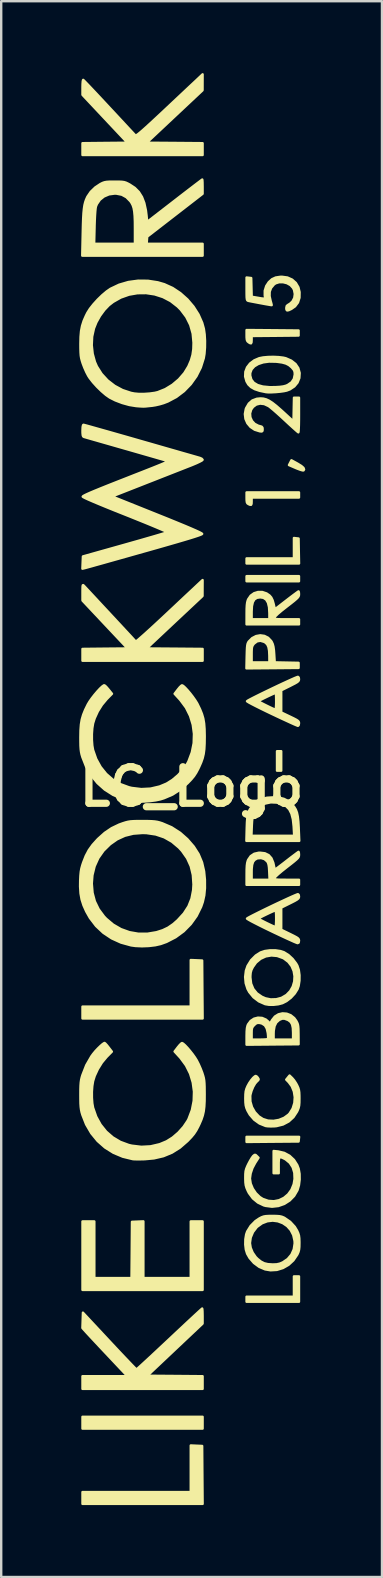
<source format=kicad_pcb>
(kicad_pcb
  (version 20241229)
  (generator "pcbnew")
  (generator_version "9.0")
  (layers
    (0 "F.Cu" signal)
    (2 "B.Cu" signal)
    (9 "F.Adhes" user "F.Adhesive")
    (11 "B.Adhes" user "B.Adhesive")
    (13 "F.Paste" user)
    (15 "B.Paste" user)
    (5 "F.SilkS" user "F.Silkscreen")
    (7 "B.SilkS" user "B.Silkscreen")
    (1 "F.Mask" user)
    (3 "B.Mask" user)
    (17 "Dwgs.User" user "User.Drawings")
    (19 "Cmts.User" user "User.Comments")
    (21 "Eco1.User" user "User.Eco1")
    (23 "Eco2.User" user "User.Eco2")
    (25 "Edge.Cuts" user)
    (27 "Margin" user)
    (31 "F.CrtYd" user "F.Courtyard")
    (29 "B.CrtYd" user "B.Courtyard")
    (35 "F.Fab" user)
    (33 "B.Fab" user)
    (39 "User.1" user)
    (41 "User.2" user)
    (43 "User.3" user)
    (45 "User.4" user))
  (footprint "LC_Logo"
    (layer "F.Cu")
    (at 4.942 29.768)
    (property "Reference" "LC_Logo" (at 0 0 0) (layer "F.SilkS") (effects (font (size 1.524 1.524) (thickness 0.3))))
    (attr through_hole)
    (fp_poly (pts (xy 0.459 26.776) (xy -2.046 26.776) (xy -4.551 26.776) (xy -4.551 26.529) (xy -4.551 26.282) (xy -2.046 26.282) (xy 0.459 26.282) (xy 0.459 26.529) (xy 0.459 26.776)) (stroke (width 0.1) (type solid)) (fill yes) (layer "F.SilkS"))
    (fp_poly (pts (xy 3.739 -0.67) (xy 3.651 -0.67) (xy 3.563 -0.67) (xy 3.563 -1.076) (xy 3.563 -1.482) (xy 3.651 -1.482) (xy 3.739 -1.482) (xy 3.739 -1.076) (xy 3.739 -0.67)) (stroke (width 0.1) (type solid)) (fill yes) (layer "F.SilkS"))
    (fp_poly (pts (xy 4.48 -8.572) (xy 3.387 -8.572) (xy 2.293 -8.572) (xy 2.293 -8.678) (xy 2.293 -8.784) (xy 3.387 -8.784) (xy 4.48 -8.784) (xy 4.48 -8.678) (xy 4.48 -8.572)) (stroke (width 0.1) (type solid)) (fill yes) (layer "F.SilkS"))
    (fp_poly (pts (xy 4.485 14.605) (xy 4.474 14.702) (xy 4.463 14.799) (xy 3.378 14.808) (xy 2.293 14.818) (xy 2.293 14.711) (xy 2.293 14.605) (xy 3.389 14.605) (xy 4.485 14.605)) (stroke (width 0.1) (type solid)) (fill yes) (layer "F.SilkS"))
    (fp_poly (pts (xy 0.46 9.666) (xy -2.046 9.666) (xy -4.551 9.666) (xy -4.551 9.419) (xy -4.551 9.172) (xy -2.293 9.172) (xy -0.035 9.172) (xy -0.035 8.2) (xy -0.035 7.229) (xy 0.203 7.239) (xy 0.441 7.25) (xy 0.45 8.458) (xy 0.46 9.666)) (stroke (width 0.1) (type solid)) (fill yes) (layer "F.SilkS"))
    (fp_poly (pts (xy 0.46 29.916) (xy -2.046 29.916) (xy -4.551 29.916) (xy -4.551 29.669) (xy -4.551 29.422) (xy -2.293 29.422) (xy -0.035 29.422) (xy -0.035 28.45) (xy -0.035 27.478) (xy 0.203 27.489) (xy 0.441 27.499) (xy 0.45 28.707) (xy 0.46 29.916)) (stroke (width 0.1) (type solid)) (fill yes) (layer "F.SilkS"))
    (fp_poly (pts (xy 4.48 21.484) (xy 3.387 21.484) (xy 2.293 21.484) (xy 2.293 21.378) (xy 2.293 21.273) (xy 3.281 21.273) (xy 4.269 21.273) (xy 4.269 20.849) (xy 4.269 20.426) (xy 4.374 20.426) (xy 4.48 20.426) (xy 4.48 20.955) (xy 4.48 21.484)) (stroke (width 0.1) (type solid)) (fill yes) (layer "F.SilkS"))
    (fp_poly (pts (xy 4.482 -9.313) (xy 3.388 -9.313) (xy 2.293 -9.313) (xy 2.293 -9.419) (xy 2.293 -9.525) (xy 3.281 -9.525) (xy 4.269 -9.525) (xy 4.269 -9.951) (xy 4.269 -10.376) (xy 4.366 -10.365) (xy 4.463 -10.354) (xy 4.472 -9.834) (xy 4.482 -9.313)) (stroke (width 0.1) (type solid)) (fill yes) (layer "F.SilkS"))
    (fp_poly (pts (xy 4.692 -13.235) (xy 4.669 -13.196) (xy 4.625 -13.197) (xy 4.534 -13.223) (xy 4.411 -13.269) (xy 4.35 -13.294) (xy 4.062 -13.418) (xy 4.113 -13.518) (xy 4.165 -13.618) (xy 4.42 -13.478) (xy 4.577 -13.381) (xy 4.668 -13.301) (xy 4.692 -13.235)) (stroke (width 0.1) (type solid)) (fill yes) (layer "F.SilkS"))
    (fp_poly (pts (xy 4.463 -18.821) (xy 3.484 -18.811) (xy 2.505 -18.802) (xy 2.505 -18.644) (xy 2.5 -18.539) (xy 2.479 -18.496) (xy 2.43 -18.507) (xy 2.372 -18.545) (xy 2.328 -18.585) (xy 2.304 -18.643) (xy 2.294 -18.738) (xy 2.293 -18.826) (xy 2.293 -19.051) (xy 3.378 -19.042) (xy 4.463 -19.032) (xy 4.463 -18.927) (xy 4.463 -18.821)) (stroke (width 0.1) (type solid)) (fill yes) (layer "F.SilkS"))
    (fp_poly (pts (xy 4.48 -12.065) (xy 3.493 -12.065) (xy 2.505 -12.065) (xy 2.505 -11.906) (xy 2.501 -11.803) (xy 2.481 -11.76) (xy 2.432 -11.764) (xy 2.372 -11.791) (xy 2.329 -11.82) (xy 2.305 -11.867) (xy 2.295 -11.952) (xy 2.293 -12.053) (xy 2.293 -12.277) (xy 3.387 -12.277) (xy 4.48 -12.277) (xy 4.48 -12.171) (xy 4.48 -12.065)) (stroke (width 0.1) (type solid)) (fill yes) (layer "F.SilkS"))
    (fp_poly (pts (xy 0.459 20.99) (xy -2.046 20.99) (xy -4.551 20.99) (xy -4.551 19.562) (xy -4.551 18.133) (xy -4.304 18.133) (xy -4.057 18.133) (xy -4.057 19.315) (xy -4.057 20.496) (xy -3.281 20.496) (xy -2.506 20.496) (xy -2.496 19.323) (xy -2.487 18.15) (xy -2.249 18.14) (xy -2.011 18.13) (xy -2.011 19.313) (xy -2.011 20.496) (xy -1.023 20.496) (xy -0.035 20.496) (xy -0.035 19.315) (xy -0.035 18.133) (xy 0.212 18.133) (xy 0.459 18.133) (xy 0.459 19.562) (xy 0.459 20.99)) (stroke (width 0.1) (type solid)) (fill yes) (layer "F.SilkS"))
    (fp_poly (pts (xy 4.463 -4.957) (xy 3.375 -4.947) (xy 3.246 -4.946) (xy 3.246 -5.186) (xy 3.244 -5.459) (xy 3.234 -5.672) (xy 3.206 -5.827) (xy 3.156 -5.937) (xy 3.079 -6.013) (xy 3.025 -6.044) (xy 2.871 -6.089) (xy 2.731 -6.065) (xy 2.608 -5.972) (xy 2.594 -5.957) (xy 2.552 -5.9) (xy 2.525 -5.842) (xy 2.511 -5.763) (xy 2.506 -5.645) (xy 2.505 -5.518) (xy 2.505 -5.186) (xy 2.875 -5.186) (xy 3.246 -5.186) (xy 3.246 -4.946) (xy 2.288 -4.938) (xy 2.299 -5.447) (xy 2.305 -5.652) (xy 2.312 -5.799) (xy 2.323 -5.901) (xy 2.339 -5.972) (xy 2.363 -6.024) (xy 2.384 -6.057) (xy 2.526 -6.199) (xy 2.691 -6.285) (xy 2.865 -6.316) (xy 3.037 -6.292) (xy 3.192 -6.214) (xy 3.319 -6.081) (xy 3.344 -6.04) (xy 3.386 -5.948) (xy 3.415 -5.837) (xy 3.435 -5.69) (xy 3.446 -5.542) (xy 3.468 -5.188) (xy 3.965 -5.178) (xy 4.463 -5.168) (xy 4.463 -5.062) (xy 4.463 -4.957)) (stroke (width 0.1) (type solid)) (fill yes) (layer "F.SilkS"))
    (fp_poly (pts (xy 4.491 2.258) (xy 4.279 2.258) (xy 4.279 2.046) (xy 4.257 1.65) (xy 4.225 1.356) (xy 4.164 1.121) (xy 4.071 0.94) (xy 3.939 0.807) (xy 3.766 0.716) (xy 3.557 0.662) (xy 3.305 0.651) (xy 3.069 0.701) (xy 2.862 0.809) (xy 2.692 0.969) (xy 2.602 1.108) (xy 2.566 1.194) (xy 2.541 1.297) (xy 2.524 1.434) (xy 2.513 1.623) (xy 2.512 1.649) (xy 2.496 2.046) (xy 3.388 2.046) (xy 4.279 2.046) (xy 4.279 2.258) (xy 3.388 2.258) (xy 2.286 2.258) (xy 2.3 1.72) (xy 2.309 1.476) (xy 2.324 1.288) (xy 2.347 1.144) (xy 2.385 1.029) (xy 2.439 0.928) (xy 2.515 0.83) (xy 2.573 0.765) (xy 2.741 0.614) (xy 2.927 0.514) (xy 3.145 0.459) (xy 3.404 0.443) (xy 3.65 0.457) (xy 3.848 0.504) (xy 4.016 0.589) (xy 4.172 0.719) (xy 4.192 0.739) (xy 4.28 0.842) (xy 4.347 0.952) (xy 4.396 1.083) (xy 4.43 1.246) (xy 4.453 1.455) (xy 4.469 1.721) (xy 4.469 1.737) (xy 4.491 2.258)) (stroke (width 0.1) (type solid)) (fill yes) (layer "F.SilkS"))
    (fp_poly (pts (xy 0.459 25.118) (xy -2.046 25.118) (xy -4.551 25.118) (xy -4.551 24.853) (xy -4.551 24.589) (xy -3.613 24.589) (xy -2.676 24.589) (xy -3.428 23.79) (xy -3.625 23.581) (xy -3.815 23.379) (xy -3.99 23.192) (xy -4.143 23.028) (xy -4.266 22.896) (xy -4.35 22.805) (xy -4.367 22.787) (xy -4.554 22.581) (xy -4.543 22.259) (xy -4.533 21.938) (xy -3.428 23.122) (xy -3.202 23.364) (xy -2.991 23.589) (xy -2.798 23.793) (xy -2.63 23.969) (xy -2.492 24.114) (xy -2.387 24.222) (xy -2.321 24.287) (xy -2.299 24.306) (xy -2.27 24.283) (xy -2.194 24.215) (xy -2.076 24.108) (xy -1.922 23.966) (xy -1.736 23.794) (xy -1.522 23.595) (xy -1.287 23.375) (xy -1.034 23.138) (xy -0.925 23.036) (xy -0.667 22.793) (xy -0.424 22.566) (xy -0.202 22.358) (xy -0.004 22.174) (xy 0.163 22.019) (xy 0.295 21.897) (xy 0.388 21.813) (xy 0.436 21.771) (xy 0.442 21.766) (xy 0.449 21.799) (xy 0.455 21.886) (xy 0.458 22.013) (xy 0.459 22.081) (xy 0.459 22.395) (xy -0.694 23.483) (xy -1.846 24.571) (xy -0.694 24.58) (xy 0.459 24.59) (xy 0.459 24.854) (xy 0.459 25.118)) (stroke (width 0.1) (type solid)) (fill yes) (layer "F.SilkS"))
    (fp_poly (pts (xy 0.459 -26.352) (xy -2.046 -26.352) (xy -4.551 -26.352) (xy -4.551 -26.599) (xy -4.551 -26.845) (xy -3.613 -26.855) (xy -2.675 -26.864) (xy -3.613 -27.862) (xy -4.551 -28.861) (xy -4.551 -29.179) (xy -4.548 -29.318) (xy -4.54 -29.423) (xy -4.528 -29.48) (xy -4.521 -29.486) (xy -4.491 -29.459) (xy -4.419 -29.385) (xy -4.308 -29.27) (xy -4.165 -29.119) (xy -3.994 -28.938) (xy -3.8 -28.731) (xy -3.589 -28.505) (xy -3.441 -28.346) (xy -3.219 -28.108) (xy -3.012 -27.885) (xy -2.823 -27.682) (xy -2.659 -27.505) (xy -2.524 -27.36) (xy -2.423 -27.252) (xy -2.362 -27.187) (xy -2.346 -27.17) (xy -2.328 -27.166) (xy -2.293 -27.182) (xy -2.237 -27.22) (xy -2.156 -27.285) (xy -2.046 -27.379) (xy -1.904 -27.506) (xy -1.725 -27.669) (xy -1.505 -27.873) (xy -1.241 -28.119) (xy -1.054 -28.295) (xy -0.801 -28.533) (xy -0.559 -28.76) (xy -0.335 -28.971) (xy -0.134 -29.16) (xy 0.039 -29.322) (xy 0.177 -29.451) (xy 0.274 -29.543) (xy 0.326 -29.592) (xy 0.459 -29.718) (xy 0.458 -29.385) (xy 0.457 -29.051) (xy -0.708 -27.958) (xy -1.873 -26.864) (xy -0.707 -26.855) (xy 0.459 -26.845) (xy 0.459 -26.599) (xy 0.459 -26.352)) (stroke (width 0.1) (type solid)) (fill yes) (layer "F.SilkS"))
    (fp_poly (pts (xy 0.459 -5.256) (xy -2.046 -5.256) (xy -4.551 -5.256) (xy -4.551 -5.503) (xy -4.551 -5.749) (xy -3.611 -5.759) (xy -2.671 -5.768) (xy -3.611 -6.767) (xy -4.551 -7.767) (xy -4.551 -8.107) (xy -4.55 -8.263) (xy -4.547 -8.358) (xy -4.538 -8.404) (xy -4.522 -8.41) (xy -4.495 -8.388) (xy -4.485 -8.377) (xy -4.445 -8.335) (xy -4.364 -8.248) (xy -4.249 -8.124) (xy -4.105 -7.97) (xy -3.939 -7.791) (xy -3.756 -7.594) (xy -3.562 -7.386) (xy -3.364 -7.173) (xy -3.167 -6.961) (xy -2.977 -6.757) (xy -2.801 -6.567) (xy -2.644 -6.398) (xy -2.512 -6.256) (xy -2.412 -6.147) (xy -2.349 -6.079) (xy -2.329 -6.057) (xy -2.299 -6.075) (xy -2.223 -6.137) (xy -2.106 -6.239) (xy -1.952 -6.375) (xy -1.767 -6.543) (xy -1.556 -6.736) (xy -1.323 -6.952) (xy -1.074 -7.184) (xy -1.02 -7.235) (xy -0.764 -7.475) (xy -0.522 -7.703) (xy -0.298 -7.913) (xy -0.097 -8.101) (xy 0.074 -8.261) (xy 0.21 -8.389) (xy 0.307 -8.48) (xy 0.358 -8.528) (xy 0.362 -8.531) (xy 0.459 -8.621) (xy 0.457 -8.288) (xy 0.456 -7.955) (xy -0.71 -6.862) (xy -1.875 -5.768) (xy -0.708 -5.759) (xy 0.459 -5.749) (xy 0.459 -5.503) (xy 0.459 -5.256)) (stroke (width 0.1) (type solid)) (fill yes) (layer "F.SilkS"))
    (fp_poly (pts (xy 4.48 -15.505) (xy 4.479 -15.287) (xy 4.476 -15.097) (xy 4.47 -14.942) (xy 4.464 -14.835) (xy 4.456 -14.785) (xy 4.454 -14.783) (xy 4.421 -14.807) (xy 4.346 -14.872) (xy 4.235 -14.971) (xy 4.097 -15.096) (xy 3.94 -15.242) (xy 3.898 -15.281) (xy 3.727 -15.439) (xy 3.563 -15.587) (xy 3.417 -15.715) (xy 3.298 -15.814) (xy 3.219 -15.875) (xy 3.212 -15.879) (xy 3.032 -15.963) (xy 2.857 -15.983) (xy 2.698 -15.943) (xy 2.564 -15.844) (xy 2.486 -15.733) (xy 2.439 -15.571) (xy 2.452 -15.408) (xy 2.52 -15.258) (xy 2.633 -15.137) (xy 2.786 -15.057) (xy 2.843 -15.043) (xy 2.925 -15.019) (xy 2.958 -14.975) (xy 2.963 -14.914) (xy 2.958 -14.844) (xy 2.928 -14.819) (xy 2.853 -14.825) (xy 2.842 -14.827) (xy 2.631 -14.893) (xy 2.457 -15.009) (xy 2.327 -15.164) (xy 2.247 -15.347) (xy 2.223 -15.548) (xy 2.261 -15.755) (xy 2.277 -15.796) (xy 2.387 -15.984) (xy 2.534 -16.113) (xy 2.72 -16.183) (xy 2.878 -16.198) (xy 2.996 -16.189) (xy 3.111 -16.159) (xy 3.232 -16.103) (xy 3.369 -16.015) (xy 3.53 -15.889) (xy 3.725 -15.719) (xy 3.828 -15.626) (xy 4.251 -15.237) (xy 4.261 -15.733) (xy 4.271 -16.228) (xy 4.375 -16.228) (xy 4.48 -16.228) (xy 4.48 -15.505)) (stroke (width 0.1) (type solid)) (fill yes) (layer "F.SilkS"))
    (fp_poly (pts (xy 4.501 7.86) (xy 4.499 8.089) (xy 4.467 8.303) (xy 4.42 8.441) (xy 4.305 8.625) (xy 4.294 8.637) (xy 4.294 7.903) (xy 4.258 7.687) (xy 4.172 7.484) (xy 4.036 7.307) (xy 3.851 7.166) (xy 3.814 7.146) (xy 3.572 7.059) (xy 3.328 7.037) (xy 3.092 7.078) (xy 2.876 7.178) (xy 2.69 7.333) (xy 2.556 7.521) (xy 2.496 7.642) (xy 2.465 7.752) (xy 2.453 7.884) (xy 2.452 7.955) (xy 2.483 8.213) (xy 2.575 8.435) (xy 2.725 8.619) (xy 2.932 8.762) (xy 3.081 8.827) (xy 3.3 8.872) (xy 3.535 8.864) (xy 3.753 8.806) (xy 3.957 8.686) (xy 4.113 8.525) (xy 4.221 8.334) (xy 4.282 8.123) (xy 4.294 7.903) (xy 4.294 8.637) (xy 4.144 8.8) (xy 3.958 8.943) (xy 3.791 9.028) (xy 3.617 9.074) (xy 3.417 9.097) (xy 3.222 9.095) (xy 3.069 9.069) (xy 2.807 8.953) (xy 2.582 8.782) (xy 2.404 8.564) (xy 2.333 8.434) (xy 2.257 8.196) (xy 2.234 7.935) (xy 2.265 7.676) (xy 2.334 7.474) (xy 2.481 7.236) (xy 2.678 7.039) (xy 2.878 6.912) (xy 3.055 6.853) (xy 3.271 6.824) (xy 3.498 6.824) (xy 3.71 6.856) (xy 3.852 6.903) (xy 4.038 7.018) (xy 4.214 7.181) (xy 4.359 7.37) (xy 4.412 7.462) (xy 4.472 7.643) (xy 4.501 7.86)) (stroke (width 0.1) (type solid)) (fill yes) (layer "F.SilkS"))
    (fp_poly (pts (xy 4.48 -6.773) (xy 3.387 -6.773) (xy 3.246 -6.773) (xy 3.246 -6.985) (xy 3.245 -7.241) (xy 3.231 -7.49) (xy 3.186 -7.677) (xy 3.109 -7.806) (xy 2.999 -7.88) (xy 2.862 -7.901) (xy 2.724 -7.881) (xy 2.623 -7.816) (xy 2.555 -7.702) (xy 2.517 -7.533) (xy 2.505 -7.305) (xy 2.505 -6.985) (xy 2.875 -6.985) (xy 3.246 -6.985) (xy 3.246 -6.773) (xy 2.293 -6.773) (xy 2.294 -7.223) (xy 2.296 -7.427) (xy 2.304 -7.575) (xy 2.318 -7.685) (xy 2.341 -7.771) (xy 2.361 -7.82) (xy 2.465 -7.971) (xy 2.608 -8.073) (xy 2.775 -8.124) (xy 2.953 -8.122) (xy 3.128 -8.063) (xy 3.251 -7.978) (xy 3.324 -7.894) (xy 3.379 -7.78) (xy 3.419 -7.642) (xy 3.477 -7.403) (xy 3.959 -7.776) (xy 4.118 -7.898) (xy 4.257 -8.003) (xy 4.367 -8.084) (xy 4.438 -8.135) (xy 4.461 -8.149) (xy 4.474 -8.118) (xy 4.48 -8.042) (xy 4.48 -8.028) (xy 4.477 -7.983) (xy 4.463 -7.941) (xy 4.43 -7.894) (xy 4.37 -7.834) (xy 4.277 -7.754) (xy 4.142 -7.647) (xy 3.969 -7.513) (xy 3.754 -7.344) (xy 3.597 -7.211) (xy 3.499 -7.116) (xy 3.458 -7.058) (xy 3.457 -7.052) (xy 3.462 -7.026) (xy 3.482 -7.007) (xy 3.529 -6.996) (xy 3.613 -6.989) (xy 3.745 -6.986) (xy 3.935 -6.985) (xy 3.969 -6.985) (xy 4.48 -6.985) (xy 4.48 -6.879) (xy 4.48 -6.773)) (stroke (width 0.1) (type solid)) (fill yes) (layer "F.SilkS"))
    (fp_poly (pts (xy 4.507 -17.255) (xy 4.494 -17.046) (xy 4.418 -16.858) (xy 4.304 -16.721) (xy 4.304 -17.211) (xy 4.296 -17.314) (xy 4.261 -17.394) (xy 4.187 -17.481) (xy 4.171 -17.498) (xy 4.062 -17.589) (xy 3.937 -17.653) (xy 3.778 -17.697) (xy 3.57 -17.726) (xy 3.51 -17.731) (xy 3.234 -17.736) (xy 2.989 -17.703) (xy 2.781 -17.635) (xy 2.617 -17.537) (xy 2.503 -17.411) (xy 2.447 -17.262) (xy 2.445 -17.152) (xy 2.492 -16.983) (xy 2.595 -16.851) (xy 2.755 -16.755) (xy 2.973 -16.694) (xy 3.251 -16.667) (xy 3.486 -16.668) (xy 3.681 -16.68) (xy 3.825 -16.699) (xy 3.938 -16.729) (xy 4.01 -16.76) (xy 4.169 -16.869) (xy 4.267 -17.014) (xy 4.303 -17.193) (xy 4.304 -17.211) (xy 4.304 -16.721) (xy 4.285 -16.699) (xy 4.102 -16.577) (xy 3.968 -16.526) (xy 3.852 -16.501) (xy 3.692 -16.479) (xy 3.512 -16.462) (xy 3.336 -16.453) (xy 3.187 -16.453) (xy 3.104 -16.46) (xy 2.838 -16.516) (xy 2.633 -16.585) (xy 2.479 -16.672) (xy 2.366 -16.782) (xy 2.291 -16.909) (xy 2.234 -17.111) (xy 2.243 -17.308) (xy 2.313 -17.493) (xy 2.438 -17.655) (xy 2.614 -17.787) (xy 2.822 -17.876) (xy 2.984 -17.908) (xy 3.188 -17.927) (xy 3.412 -17.932) (xy 3.631 -17.922) (xy 3.822 -17.899) (xy 3.928 -17.875) (xy 4.16 -17.773) (xy 4.336 -17.635) (xy 4.452 -17.463) (xy 4.507 -17.26) (xy 4.507 -17.255)) (stroke (width 0.1) (type solid)) (fill yes) (layer "F.SilkS"))
    (fp_poly (pts (xy 4.498 13) (xy 4.496 13.171) (xy 4.487 13.294) (xy 4.467 13.39) (xy 4.432 13.483) (xy 4.399 13.555) (xy 4.249 13.783) (xy 4.052 13.963) (xy 3.814 14.089) (xy 3.542 14.157) (xy 3.442 14.166) (xy 3.299 14.169) (xy 3.17 14.163) (xy 3.087 14.151) (xy 2.834 14.049) (xy 2.61 13.889) (xy 2.428 13.679) (xy 2.332 13.511) (xy 2.286 13.4) (xy 2.258 13.294) (xy 2.245 13.169) (xy 2.241 13) (xy 2.245 12.831) (xy 2.257 12.708) (xy 2.285 12.604) (xy 2.331 12.495) (xy 2.334 12.488) (xy 2.404 12.361) (xy 2.487 12.24) (xy 2.57 12.141) (xy 2.642 12.079) (xy 2.677 12.065) (xy 2.722 12.091) (xy 2.765 12.141) (xy 2.797 12.199) (xy 2.782 12.241) (xy 2.734 12.283) (xy 2.651 12.377) (xy 2.569 12.518) (xy 2.501 12.682) (xy 2.455 12.846) (xy 2.447 12.899) (xy 2.453 13.134) (xy 2.52 13.364) (xy 2.639 13.574) (xy 2.803 13.75) (xy 2.975 13.861) (xy 3.185 13.927) (xy 3.415 13.938) (xy 3.646 13.898) (xy 3.86 13.811) (xy 4.039 13.681) (xy 4.091 13.625) (xy 4.216 13.422) (xy 4.287 13.192) (xy 4.304 12.951) (xy 4.267 12.713) (xy 4.178 12.494) (xy 4.054 12.326) (xy 3.948 12.217) (xy 4.017 12.132) (xy 4.087 12.047) (xy 4.196 12.152) (xy 4.274 12.244) (xy 4.356 12.368) (xy 4.402 12.452) (xy 4.448 12.553) (xy 4.476 12.644) (xy 4.491 12.749) (xy 4.497 12.888) (xy 4.498 13)) (stroke (width 0.1) (type solid)) (fill yes) (layer "F.SilkS"))
    (fp_poly (pts (xy 4.504 -20.632) (xy 4.5 -20.397) (xy 4.437 -20.199) (xy 4.316 -20.039) (xy 4.161 -19.931) (xy 4.05 -19.879) (xy 3.986 -19.868) (xy 3.958 -19.898) (xy 3.951 -19.968) (xy 3.969 -20.057) (xy 4.03 -20.105) (xy 4.034 -20.106) (xy 4.11 -20.153) (xy 4.194 -20.231) (xy 4.21 -20.249) (xy 4.284 -20.389) (xy 4.306 -20.553) (xy 4.274 -20.721) (xy 4.232 -20.807) (xy 4.125 -20.925) (xy 3.979 -21.006) (xy 3.814 -21.047) (xy 3.649 -21.046) (xy 3.502 -20.999) (xy 3.434 -20.95) (xy 3.316 -20.808) (xy 3.257 -20.65) (xy 3.253 -20.465) (xy 3.297 -20.266) (xy 3.325 -20.167) (xy 3.34 -20.103) (xy 3.341 -20.089) (xy 3.306 -20.093) (xy 3.217 -20.108) (xy 3.089 -20.13) (xy 2.938 -20.158) (xy 2.777 -20.188) (xy 2.624 -20.217) (xy 2.493 -20.242) (xy 2.398 -20.261) (xy 2.372 -20.267) (xy 2.341 -20.277) (xy 2.319 -20.298) (xy 2.305 -20.341) (xy 2.297 -20.417) (xy 2.294 -20.539) (xy 2.293 -20.717) (xy 2.293 -20.764) (xy 2.293 -21.242) (xy 2.39 -21.231) (xy 2.487 -21.22) (xy 2.497 -20.83) (xy 2.507 -20.44) (xy 2.753 -20.398) (xy 2.905 -20.372) (xy 2.999 -20.361) (xy 3.048 -20.368) (xy 3.064 -20.398) (xy 3.059 -20.453) (xy 3.052 -20.492) (xy 3.052 -20.691) (xy 3.114 -20.888) (xy 3.22 -21.049) (xy 3.355 -21.171) (xy 3.509 -21.242) (xy 3.701 -21.271) (xy 3.768 -21.273) (xy 3.998 -21.242) (xy 4.194 -21.154) (xy 4.349 -21.016) (xy 4.456 -20.834) (xy 4.504 -20.632)) (stroke (width 0.1) (type solid)) (fill yes) (layer "F.SilkS"))
    (fp_poly (pts (xy 4.463 10.742) (xy 4.233 10.744) (xy 4.233 10.548) (xy 4.233 10.264) (xy 4.224 10.063) (xy 4.193 9.917) (xy 4.135 9.814) (xy 4.044 9.742) (xy 4.009 9.724) (xy 3.88 9.676) (xy 3.775 9.676) (xy 3.664 9.723) (xy 3.648 9.733) (xy 3.534 9.836) (xy 3.461 9.984) (xy 3.426 10.184) (xy 3.422 10.298) (xy 3.422 10.548) (xy 3.828 10.548) (xy 4.233 10.548) (xy 4.233 10.744) (xy 3.378 10.751) (xy 3.193 10.753) (xy 3.193 10.474) (xy 3.189 10.379) (xy 3.178 10.272) (xy 3.136 10.086) (xy 3.059 9.956) (xy 2.941 9.879) (xy 2.848 9.855) (xy 2.756 9.849) (xy 2.686 9.876) (xy 2.612 9.941) (xy 2.555 10.004) (xy 2.523 10.065) (xy 2.508 10.146) (xy 2.505 10.27) (xy 2.505 10.298) (xy 2.505 10.548) (xy 2.838 10.548) (xy 2.984 10.545) (xy 3.101 10.538) (xy 3.173 10.528) (xy 3.188 10.521) (xy 3.193 10.474) (xy 3.193 10.753) (xy 2.293 10.761) (xy 2.293 10.399) (xy 2.297 10.206) (xy 2.309 10.068) (xy 2.333 9.967) (xy 2.355 9.914) (xy 2.462 9.77) (xy 2.606 9.675) (xy 2.77 9.633) (xy 2.94 9.644) (xy 3.098 9.712) (xy 3.191 9.791) (xy 3.274 9.881) (xy 3.357 9.733) (xy 3.474 9.587) (xy 3.624 9.494) (xy 3.793 9.454) (xy 3.968 9.467) (xy 4.135 9.532) (xy 4.281 9.649) (xy 4.361 9.759) (xy 4.403 9.835) (xy 4.431 9.906) (xy 4.447 9.989) (xy 4.456 10.101) (xy 4.459 10.261) (xy 4.46 10.332) (xy 4.463 10.742)) (stroke (width 0.1) (type solid)) (fill yes) (layer "F.SilkS"))
    (fp_poly (pts (xy 4.498 19.032) (xy 4.495 19.197) (xy 4.483 19.314) (xy 4.458 19.409) (xy 4.416 19.504) (xy 4.404 19.526) (xy 4.299 19.68) (xy 4.299 19.053) (xy 4.295 18.946) (xy 4.241 18.702) (xy 4.135 18.495) (xy 3.987 18.328) (xy 3.805 18.204) (xy 3.599 18.127) (xy 3.38 18.099) (xy 3.158 18.126) (xy 2.941 18.209) (xy 2.741 18.353) (xy 2.712 18.38) (xy 2.561 18.578) (xy 2.466 18.805) (xy 2.434 19.037) (xy 2.465 19.233) (xy 2.548 19.434) (xy 2.674 19.617) (xy 2.751 19.695) (xy 2.892 19.808) (xy 3.028 19.878) (xy 3.183 19.915) (xy 3.382 19.928) (xy 3.389 19.928) (xy 3.55 19.922) (xy 3.681 19.893) (xy 3.803 19.841) (xy 4.009 19.701) (xy 4.164 19.517) (xy 4.262 19.298) (xy 4.299 19.053) (xy 4.299 19.68) (xy 4.246 19.758) (xy 4.045 19.943) (xy 3.812 20.077) (xy 3.559 20.155) (xy 3.295 20.171) (xy 3.067 20.133) (xy 2.82 20.028) (xy 2.599 19.865) (xy 2.417 19.655) (xy 2.316 19.478) (xy 2.263 19.306) (xy 2.239 19.097) (xy 2.243 18.877) (xy 2.276 18.676) (xy 2.317 18.556) (xy 2.464 18.319) (xy 2.663 18.118) (xy 2.827 18.008) (xy 2.921 17.959) (xy 3.003 17.929) (xy 3.094 17.912) (xy 3.215 17.905) (xy 3.369 17.903) (xy 3.543 17.906) (xy 3.666 17.915) (xy 3.759 17.935) (xy 3.841 17.968) (xy 3.873 17.984) (xy 4.113 18.149) (xy 4.304 18.356) (xy 4.4 18.515) (xy 4.449 18.625) (xy 4.479 18.724) (xy 4.493 18.838) (xy 4.498 18.991) (xy 4.498 19.032)) (stroke (width 0.1) (type solid)) (fill yes) (layer "F.SilkS"))
    (fp_poly (pts (xy 4.507 16.387) (xy 4.478 16.624) (xy 4.418 16.827) (xy 4.415 16.835) (xy 4.277 17.07) (xy 4.091 17.26) (xy 3.868 17.402) (xy 3.619 17.49) (xy 3.355 17.519) (xy 3.085 17.484) (xy 3.011 17.463) (xy 2.766 17.346) (xy 2.556 17.172) (xy 2.391 16.949) (xy 2.343 16.856) (xy 2.291 16.734) (xy 2.26 16.628) (xy 2.245 16.511) (xy 2.24 16.355) (xy 2.24 16.314) (xy 2.242 16.154) (xy 2.253 16.037) (xy 2.279 15.937) (xy 2.325 15.825) (xy 2.371 15.73) (xy 2.441 15.598) (xy 2.51 15.484) (xy 2.565 15.409) (xy 2.575 15.399) (xy 2.631 15.355) (xy 2.671 15.36) (xy 2.72 15.405) (xy 2.792 15.476) (xy 2.651 15.695) (xy 2.538 15.908) (xy 2.463 16.131) (xy 2.434 16.338) (xy 2.434 16.347) (xy 2.466 16.555) (xy 2.553 16.765) (xy 2.684 16.958) (xy 2.846 17.116) (xy 2.969 17.194) (xy 3.201 17.275) (xy 3.432 17.291) (xy 3.652 17.247) (xy 3.853 17.149) (xy 4.027 17.002) (xy 4.165 16.812) (xy 4.258 16.583) (xy 4.296 16.36) (xy 4.286 16.103) (xy 4.218 15.877) (xy 4.097 15.69) (xy 3.925 15.547) (xy 3.878 15.521) (xy 3.772 15.47) (xy 3.702 15.452) (xy 3.661 15.475) (xy 3.641 15.548) (xy 3.634 15.678) (xy 3.634 15.787) (xy 3.634 16.122) (xy 3.528 16.122) (xy 3.422 16.122) (xy 3.422 15.658) (xy 3.422 15.195) (xy 3.615 15.215) (xy 3.865 15.274) (xy 4.087 15.394) (xy 4.271 15.566) (xy 4.409 15.783) (xy 4.467 15.937) (xy 4.504 16.149) (xy 4.507 16.387)) (stroke (width 0.1) (type solid)) (fill yes) (layer "F.SilkS"))
    (fp_poly (pts (xy 4.48 -2.643) (xy 4.467 -2.568) (xy 4.436 -2.54) (xy 4.395 -2.555) (xy 4.297 -2.596) (xy 4.152 -2.661) (xy 3.967 -2.746) (xy 3.75 -2.846) (xy 3.528 -2.95) (xy 3.528 -3.563) (xy 3.526 -3.711) (xy 3.522 -3.829) (xy 3.515 -3.901) (xy 3.51 -3.916) (xy 3.468 -3.902) (xy 3.38 -3.864) (xy 3.263 -3.81) (xy 3.133 -3.748) (xy 3.004 -3.685) (xy 2.893 -3.629) (xy 2.816 -3.587) (xy 2.787 -3.567) (xy 2.816 -3.545) (xy 2.894 -3.502) (xy 3.005 -3.445) (xy 3.133 -3.381) (xy 3.262 -3.318) (xy 3.377 -3.264) (xy 3.463 -3.227) (xy 3.501 -3.214) (xy 3.512 -3.245) (xy 3.521 -3.332) (xy 3.527 -3.46) (xy 3.528 -3.563) (xy 3.528 -2.95) (xy 3.508 -2.96) (xy 3.351 -3.034) (xy 3.101 -3.154) (xy 2.872 -3.266) (xy 2.672 -3.366) (xy 2.509 -3.45) (xy 2.39 -3.514) (xy 2.323 -3.556) (xy 2.311 -3.568) (xy 2.341 -3.59) (xy 2.427 -3.638) (xy 2.558 -3.706) (xy 2.727 -3.791) (xy 2.923 -3.888) (xy 3.138 -3.992) (xy 3.362 -4.1) (xy 3.587 -4.207) (xy 3.804 -4.309) (xy 4.002 -4.4) (xy 4.174 -4.478) (xy 4.31 -4.538) (xy 4.402 -4.574) (xy 4.436 -4.584) (xy 4.469 -4.555) (xy 4.48 -4.488) (xy 4.475 -4.444) (xy 4.452 -4.404) (xy 4.401 -4.362) (xy 4.31 -4.309) (xy 4.17 -4.237) (xy 4.11 -4.206) (xy 3.739 -4.022) (xy 3.739 -3.561) (xy 3.739 -3.1) (xy 4.11 -2.923) (xy 4.269 -2.846) (xy 4.375 -2.79) (xy 4.438 -2.747) (xy 4.469 -2.708) (xy 4.48 -2.667) (xy 4.48 -2.643)) (stroke (width 0.1) (type solid)) (fill yes) (layer "F.SilkS"))
    (fp_poly (pts (xy 4.48 4.092) (xy 3.387 4.092) (xy 3.254 4.092) (xy 3.254 3.881) (xy 3.239 3.546) (xy 3.229 3.373) (xy 3.212 3.254) (xy 3.186 3.171) (xy 3.152 3.114) (xy 3.042 3.019) (xy 2.9 2.975) (xy 2.752 2.986) (xy 2.718 2.998) (xy 2.626 3.053) (xy 2.563 3.136) (xy 2.525 3.258) (xy 2.507 3.432) (xy 2.505 3.561) (xy 2.505 3.881) (xy 2.879 3.881) (xy 3.254 3.881) (xy 3.254 4.092) (xy 2.293 4.092) (xy 2.294 3.642) (xy 2.296 3.438) (xy 2.304 3.288) (xy 2.319 3.178) (xy 2.342 3.093) (xy 2.36 3.048) (xy 2.465 2.895) (xy 2.614 2.796) (xy 2.803 2.753) (xy 2.855 2.752) (xy 3.058 2.776) (xy 3.216 2.853) (xy 3.331 2.983) (xy 3.408 3.172) (xy 3.425 3.249) (xy 3.449 3.359) (xy 3.469 3.434) (xy 3.479 3.457) (xy 3.51 3.437) (xy 3.586 3.38) (xy 3.7 3.293) (xy 3.842 3.185) (xy 3.968 3.087) (xy 4.125 2.965) (xy 4.263 2.861) (xy 4.371 2.78) (xy 4.441 2.729) (xy 4.462 2.716) (xy 4.474 2.747) (xy 4.48 2.824) (xy 4.48 2.839) (xy 4.477 2.885) (xy 4.464 2.927) (xy 4.432 2.974) (xy 4.373 3.033) (xy 4.282 3.111) (xy 4.149 3.217) (xy 3.969 3.357) (xy 3.768 3.516) (xy 3.615 3.645) (xy 3.511 3.742) (xy 3.461 3.803) (xy 3.457 3.817) (xy 3.462 3.842) (xy 3.485 3.859) (xy 3.535 3.87) (xy 3.624 3.877) (xy 3.762 3.88) (xy 3.959 3.881) (xy 3.969 3.881) (xy 4.48 3.881) (xy 4.48 3.986) (xy 4.48 4.092)) (stroke (width 0.1) (type solid)) (fill yes) (layer "F.SilkS"))
    (fp_poly (pts (xy 4.48 6.426) (xy 4.467 6.501) (xy 4.423 6.523) (xy 4.419 6.523) (xy 4.373 6.507) (xy 4.271 6.465) (xy 4.123 6.398) (xy 3.935 6.313) (xy 3.716 6.211) (xy 3.528 6.122) (xy 3.528 5.5) (xy 3.526 5.331) (xy 3.518 5.224) (xy 3.505 5.17) (xy 3.484 5.16) (xy 3.484 5.16) (xy 3.38 5.204) (xy 3.252 5.262) (xy 3.116 5.327) (xy 2.986 5.39) (xy 2.878 5.446) (xy 2.807 5.485) (xy 2.787 5.501) (xy 2.816 5.523) (xy 2.894 5.566) (xy 3.005 5.624) (xy 3.133 5.688) (xy 3.263 5.75) (xy 3.378 5.804) (xy 3.464 5.84) (xy 3.501 5.853) (xy 3.512 5.821) (xy 3.521 5.734) (xy 3.527 5.606) (xy 3.528 5.5) (xy 3.528 6.122) (xy 3.474 6.097) (xy 3.334 6.03) (xy 3.085 5.91) (xy 2.859 5.798) (xy 2.662 5.698) (xy 2.501 5.615) (xy 2.385 5.55) (xy 2.321 5.51) (xy 2.311 5.499) (xy 2.341 5.477) (xy 2.427 5.429) (xy 2.558 5.361) (xy 2.727 5.276) (xy 2.923 5.179) (xy 3.138 5.074) (xy 3.362 4.966) (xy 3.587 4.859) (xy 3.804 4.758) (xy 4.002 4.666) (xy 4.174 4.588) (xy 4.31 4.529) (xy 4.402 4.492) (xy 4.436 4.482) (xy 4.469 4.511) (xy 4.48 4.578) (xy 4.475 4.623) (xy 4.452 4.662) (xy 4.401 4.704) (xy 4.31 4.758) (xy 4.17 4.83) (xy 4.11 4.86) (xy 3.739 5.044) (xy 3.739 5.505) (xy 3.739 5.965) (xy 4.11 6.145) (xy 4.269 6.224) (xy 4.375 6.281) (xy 4.438 6.325) (xy 4.469 6.364) (xy 4.48 6.405) (xy 4.48 6.426)) (stroke (width 0.1) (type solid)) (fill yes) (layer "F.SilkS"))
    (fp_poly (pts (xy 0.459 -22.154) (xy -2.051 -22.154) (xy -2.364 -22.154) (xy -2.364 -22.648) (xy -2.364 -23.282) (xy -2.366 -23.575) (xy -2.375 -23.809) (xy -2.392 -23.993) (xy -2.418 -24.139) (xy -2.456 -24.256) (xy -2.507 -24.355) (xy -2.554 -24.423) (xy -2.719 -24.592) (xy -2.912 -24.697) (xy -3.139 -24.741) (xy -3.21 -24.743) (xy -3.446 -24.711) (xy -3.655 -24.622) (xy -3.827 -24.484) (xy -3.951 -24.302) (xy -3.991 -24.201) (xy -4.004 -24.128) (xy -4.017 -23.997) (xy -4.029 -23.823) (xy -4.039 -23.616) (xy -4.047 -23.392) (xy -4.047 -23.363) (xy -4.065 -22.648) (xy -3.214 -22.648) (xy -2.364 -22.648) (xy -2.364 -22.154) (xy -4.561 -22.154) (xy -4.54 -23.116) (xy -4.532 -23.449) (xy -4.522 -23.72) (xy -4.509 -23.94) (xy -4.491 -24.118) (xy -4.469 -24.262) (xy -4.439 -24.383) (xy -4.402 -24.49) (xy -4.356 -24.593) (xy -4.344 -24.617) (xy -4.207 -24.817) (xy -4.019 -24.999) (xy -3.802 -25.143) (xy -3.716 -25.186) (xy -3.638 -25.214) (xy -3.55 -25.231) (xy -3.435 -25.239) (xy -3.273 -25.241) (xy -3.21 -25.241) (xy -3.033 -25.24) (xy -2.908 -25.235) (xy -2.815 -25.222) (xy -2.736 -25.198) (xy -2.652 -25.158) (xy -2.583 -25.121) (xy -2.37 -24.981) (xy -2.2 -24.81) (xy -2.069 -24.601) (xy -1.972 -24.347) (xy -1.905 -24.038) (xy -1.878 -23.82) (xy -1.852 -23.563) (xy -0.71 -24.446) (xy -0.464 -24.637) (xy -0.235 -24.813) (xy -0.029 -24.971) (xy 0.147 -25.106) (xy 0.288 -25.213) (xy 0.387 -25.288) (xy 0.439 -25.326) (xy 0.445 -25.329) (xy 0.451 -25.297) (xy 0.456 -25.21) (xy 0.458 -25.085) (xy 0.459 -25.032) (xy 0.459 -24.734) (xy -0.697 -23.839) (xy -1.852 -22.945) (xy -1.863 -22.797) (xy -1.874 -22.648) (xy -0.708 -22.648) (xy 0.459 -22.648) (xy 0.459 -22.401) (xy 0.459 -22.154)) (stroke (width 0.1) (type solid)) (fill yes) (layer "F.SilkS"))
    (fp_poly (pts (xy 0.557 4.232) (xy 0.529 4.532) (xy 0.468 4.805) (xy 0.398 5.009) (xy 0.21 5.389) (xy 0.079 5.573) (xy 0.079 4.075) (xy 0.052 3.678) (xy -0.035 3.316) (xy -0.186 2.984) (xy -0.4 2.679) (xy -0.529 2.538) (xy -0.82 2.293) (xy -1.142 2.11) (xy -1.495 1.991) (xy -1.88 1.934) (xy -2.046 1.929) (xy -2.433 1.958) (xy -2.784 2.045) (xy -3.108 2.194) (xy -3.4 2.399) (xy -3.675 2.67) (xy -3.891 2.978) (xy -4.045 3.318) (xy -4.136 3.688) (xy -4.163 4.039) (xy -4.131 4.425) (xy -4.036 4.781) (xy -3.876 5.11) (xy -3.651 5.413) (xy -3.563 5.506) (xy -3.272 5.752) (xy -2.947 5.94) (xy -2.594 6.067) (xy -2.223 6.132) (xy -1.84 6.132) (xy -1.467 6.069) (xy -1.206 5.986) (xy -0.98 5.878) (xy -0.766 5.73) (xy -0.583 5.569) (xy -0.324 5.286) (xy -0.131 4.987) (xy -0.003 4.666) (xy 0.065 4.314) (xy 0.079 4.075) (xy 0.079 5.573) (xy -0.035 5.731) (xy -0.329 6.03) (xy -0.669 6.279) (xy -1.046 6.473) (xy -1.288 6.56) (xy -1.516 6.612) (xy -1.786 6.644) (xy -2.069 6.655) (xy -2.34 6.643) (xy -2.522 6.618) (xy -2.946 6.501) (xy -3.334 6.325) (xy -3.682 6.093) (xy -3.986 5.808) (xy -4.243 5.472) (xy -4.395 5.203) (xy -4.51 4.946) (xy -4.588 4.701) (xy -4.633 4.448) (xy -4.651 4.166) (xy -4.648 3.916) (xy -4.638 3.709) (xy -4.623 3.55) (xy -4.599 3.414) (xy -4.562 3.278) (xy -4.525 3.166) (xy -4.414 2.884) (xy -4.288 2.645) (xy -4.131 2.426) (xy -3.929 2.201) (xy -3.898 2.17) (xy -3.621 1.922) (xy -3.337 1.73) (xy -3.025 1.58) (xy -2.875 1.526) (xy -2.76 1.489) (xy -2.659 1.463) (xy -2.556 1.446) (xy -2.434 1.437) (xy -2.276 1.432) (xy -2.065 1.432) (xy -2.046 1.432) (xy -1.829 1.433) (xy -1.666 1.438) (xy -1.539 1.448) (xy -1.434 1.464) (xy -1.331 1.49) (xy -1.225 1.524) (xy -0.835 1.691) (xy -0.476 1.922) (xy -0.176 2.187) (xy 0.091 2.495) (xy 0.294 2.814) (xy 0.436 3.155) (xy 0.522 3.529) (xy 0.556 3.886) (xy 0.557 4.232)) (stroke (width 0.1) (type solid)) (fill yes) (layer "F.SilkS"))
    (fp_poly (pts (xy 0.547 -2.081) (xy 0.543 -1.797) (xy 0.531 -1.566) (xy 0.505 -1.371) (xy 0.463 -1.193) (xy 0.401 -1.017) (xy 0.316 -0.824) (xy 0.276 -0.741) (xy 0.192 -0.583) (xy 0.102 -0.446) (xy -0.009 -0.311) (xy -0.158 -0.155) (xy -0.174 -0.14) (xy -0.477 0.125) (xy -0.796 0.328) (xy -1.147 0.478) (xy -1.306 0.528) (xy -1.501 0.569) (xy -1.736 0.6) (xy -1.987 0.618) (xy -2.228 0.622) (xy -2.434 0.61) (xy -2.488 0.603) (xy -2.896 0.502) (xy -3.275 0.34) (xy -3.62 0.121) (xy -3.926 -0.152) (xy -4.188 -0.473) (xy -4.401 -0.84) (xy -4.556 -1.235) (xy -4.589 -1.347) (xy -4.611 -1.452) (xy -4.626 -1.567) (xy -4.635 -1.707) (xy -4.638 -1.89) (xy -4.639 -2.064) (xy -4.634 -2.355) (xy -4.616 -2.596) (xy -4.581 -2.806) (xy -4.524 -3.002) (xy -4.442 -3.206) (xy -4.33 -3.435) (xy -4.258 -3.555) (xy -4.161 -3.693) (xy -4.05 -3.836) (xy -3.934 -3.973) (xy -3.824 -4.092) (xy -3.729 -4.181) (xy -3.661 -4.229) (xy -3.642 -4.233) (xy -3.602 -4.208) (xy -3.535 -4.14) (xy -3.463 -4.055) (xy -3.321 -3.878) (xy -3.542 -3.653) (xy -3.739 -3.417) (xy -3.911 -3.142) (xy -4.043 -2.853) (xy -4.109 -2.642) (xy -4.142 -2.437) (xy -4.159 -2.197) (xy -4.158 -1.947) (xy -4.141 -1.715) (xy -4.109 -1.533) (xy -3.979 -1.16) (xy -3.795 -0.826) (xy -3.562 -0.536) (xy -3.285 -0.295) (xy -2.968 -0.108) (xy -2.617 0.021) (xy -2.497 0.05) (xy -2.099 0.098) (xy -1.71 0.078) (xy -1.334 -0.01) (xy -1.043 -0.131) (xy -0.799 -0.284) (xy -0.561 -0.486) (xy -0.349 -0.719) (xy -0.181 -0.964) (xy -0.131 -1.058) (xy 0.01 -1.433) (xy 0.087 -1.818) (xy 0.099 -2.206) (xy 0.049 -2.587) (xy -0.063 -2.954) (xy -0.235 -3.299) (xy -0.467 -3.612) (xy -0.494 -3.643) (xy -0.709 -3.878) (xy -0.575 -4.053) (xy -0.499 -4.146) (xy -0.434 -4.21) (xy -0.4 -4.231) (xy -0.349 -4.206) (xy -0.269 -4.133) (xy -0.169 -4.026) (xy -0.06 -3.897) (xy 0.049 -3.756) (xy 0.148 -3.616) (xy 0.227 -3.49) (xy 0.244 -3.459) (xy 0.352 -3.237) (xy 0.432 -3.039) (xy 0.488 -2.847) (xy 0.523 -2.642) (xy 0.541 -2.406) (xy 0.547 -2.12) (xy 0.547 -2.081)) (stroke (width 0.1) (type solid)) (fill yes) (layer "F.SilkS"))
    (fp_poly (pts (xy 0.545 12.823) (xy 0.543 13.108) (xy 0.531 13.339) (xy 0.508 13.533) (xy 0.469 13.708) (xy 0.412 13.879) (xy 0.332 14.065) (xy 0.276 14.182) (xy 0.192 14.34) (xy 0.102 14.476) (xy -0.009 14.611) (xy -0.158 14.767) (xy -0.174 14.783) (xy -0.487 15.055) (xy -0.818 15.263) (xy -1.175 15.411) (xy -1.567 15.502) (xy -1.958 15.538) (xy -2.128 15.542) (xy -2.282 15.543) (xy -2.4 15.539) (xy -2.452 15.535) (xy -2.872 15.433) (xy -3.26 15.27) (xy -3.611 15.05) (xy -3.921 14.777) (xy -4.185 14.454) (xy -4.4 14.085) (xy -4.556 13.688) (xy -4.589 13.576) (xy -4.611 13.471) (xy -4.626 13.356) (xy -4.635 13.215) (xy -4.638 13.032) (xy -4.639 12.859) (xy -4.638 12.634) (xy -4.633 12.464) (xy -4.623 12.332) (xy -4.607 12.221) (xy -4.582 12.117) (xy -4.556 12.031) (xy -4.394 11.616) (xy -4.183 11.249) (xy -4.105 11.142) (xy -4.011 11.028) (xy -3.904 10.914) (xy -3.798 10.812) (xy -3.707 10.733) (xy -3.643 10.692) (xy -3.629 10.689) (xy -3.595 10.715) (xy -3.533 10.783) (xy -3.464 10.87) (xy -3.326 11.05) (xy -3.545 11.272) (xy -3.739 11.505) (xy -3.909 11.778) (xy -4.042 12.065) (xy -4.109 12.281) (xy -4.142 12.485) (xy -4.159 12.725) (xy -4.158 12.975) (xy -4.141 13.208) (xy -4.109 13.389) (xy -3.979 13.762) (xy -3.796 14.095) (xy -3.564 14.385) (xy -3.288 14.626) (xy -2.973 14.814) (xy -2.624 14.943) (xy -2.497 14.973) (xy -2.098 15.021) (xy -1.708 15) (xy -1.332 14.912) (xy -1.043 14.792) (xy -0.793 14.635) (xy -0.552 14.428) (xy -0.337 14.188) (xy -0.168 13.936) (xy -0.127 13.858) (xy 0.013 13.488) (xy 0.088 13.105) (xy 0.1 12.719) (xy 0.049 12.338) (xy -0.062 11.97) (xy -0.234 11.626) (xy -0.464 11.313) (xy -0.494 11.28) (xy -0.709 11.045) (xy -0.575 10.869) (xy -0.499 10.777) (xy -0.434 10.712) (xy -0.4 10.691) (xy -0.351 10.717) (xy -0.271 10.788) (xy -0.172 10.893) (xy -0.064 11.02) (xy 0.044 11.157) (xy 0.14 11.292) (xy 0.215 11.412) (xy 0.298 11.575) (xy 0.381 11.765) (xy 0.448 11.94) (xy 0.448 11.942) (xy 0.483 12.052) (xy 0.509 12.149) (xy 0.526 12.248) (xy 0.536 12.366) (xy 0.542 12.516) (xy 0.544 12.715) (xy 0.545 12.823)) (stroke (width 0.1) (type solid)) (fill yes) (layer "F.SilkS"))
    (fp_poly (pts (xy 0.561 -18.599) (xy 0.558 -18.32) (xy 0.538 -18.058) (xy 0.507 -17.875) (xy 0.385 -17.488) (xy 0.203 -17.125) (xy 0.081 -16.954) (xy 0.081 -18.521) (xy 0.046 -18.904) (xy -0.056 -19.264) (xy -0.223 -19.598) (xy -0.452 -19.901) (xy -0.581 -20.031) (xy -0.872 -20.258) (xy -1.195 -20.427) (xy -1.54 -20.538) (xy -1.897 -20.592) (xy -2.259 -20.588) (xy -2.614 -20.526) (xy -2.955 -20.405) (xy -3.271 -20.226) (xy -3.449 -20.088) (xy -3.641 -19.887) (xy -3.821 -19.64) (xy -3.971 -19.372) (xy -4.073 -19.117) (xy -4.148 -18.777) (xy -4.165 -18.418) (xy -4.126 -18.061) (xy -4.033 -17.722) (xy -3.95 -17.532) (xy -3.754 -17.222) (xy -3.504 -16.95) (xy -3.21 -16.723) (xy -2.882 -16.547) (xy -2.529 -16.43) (xy -2.385 -16.402) (xy -2.199 -16.385) (xy -1.976 -16.386) (xy -1.745 -16.402) (xy -1.535 -16.431) (xy -1.411 -16.46) (xy -1.098 -16.585) (xy -0.8 -16.767) (xy -0.53 -16.995) (xy -0.303 -17.257) (xy -0.135 -17.533) (xy -0.029 -17.78) (xy 0.038 -18.011) (xy 0.073 -18.255) (xy 0.081 -18.521) (xy 0.081 -16.954) (xy -0.033 -16.793) (xy -0.315 -16.502) (xy -0.637 -16.258) (xy -0.991 -16.07) (xy -1.168 -16.002) (xy -1.331 -15.954) (xy -1.501 -15.915) (xy -1.642 -15.892) (xy -1.644 -15.892) (xy -1.774 -15.879) (xy -1.888 -15.867) (xy -1.94 -15.862) (xy -2.017 -15.86) (xy -2.139 -15.865) (xy -2.285 -15.876) (xy -2.317 -15.879) (xy -2.595 -15.924) (xy -2.894 -16.007) (xy -3.183 -16.117) (xy -3.413 -16.233) (xy -3.575 -16.346) (xy -3.757 -16.502) (xy -3.943 -16.683) (xy -4.114 -16.872) (xy -4.254 -17.052) (xy -4.314 -17.145) (xy -4.393 -17.297) (xy -4.474 -17.479) (xy -4.54 -17.652) (xy -4.542 -17.657) (xy -4.579 -17.775) (xy -4.606 -17.879) (xy -4.623 -17.987) (xy -4.632 -18.116) (xy -4.637 -18.283) (xy -4.638 -18.468) (xy -4.632 -18.763) (xy -4.611 -19.009) (xy -4.569 -19.225) (xy -4.503 -19.433) (xy -4.407 -19.651) (xy -4.346 -19.773) (xy -4.241 -19.939) (xy -4.093 -20.126) (xy -3.917 -20.32) (xy -3.729 -20.503) (xy -3.543 -20.66) (xy -3.381 -20.772) (xy -3.025 -20.941) (xy -2.638 -21.054) (xy -2.231 -21.109) (xy -1.819 -21.105) (xy -1.412 -21.042) (xy -1.137 -20.962) (xy -0.793 -20.806) (xy -0.469 -20.591) (xy -0.175 -20.329) (xy 0.08 -20.029) (xy 0.289 -19.701) (xy 0.442 -19.355) (xy 0.512 -19.103) (xy 0.545 -18.87) (xy 0.561 -18.599)) (stroke (width 0.1) (type solid)) (fill yes) (layer "F.SilkS"))
    (fp_poly (pts (xy 0.459 -13.638) (xy 0.427 -13.608) (xy 0.337 -13.559) (xy 0.2 -13.495) (xy 0.022 -13.42) (xy -0.044 -13.394) (xy -0.19 -13.337) (xy -0.391 -13.258) (xy -0.636 -13.162) (xy -0.916 -13.052) (xy -1.22 -12.933) (xy -1.537 -12.808) (xy -1.858 -12.683) (xy -1.933 -12.653) (xy -3.32 -12.109) (xy -1.44 -11.355) (xy -0.988 -11.174) (xy -0.602 -11.016) (xy -0.279 -10.883) (xy -0.017 -10.772) (xy 0.184 -10.684) (xy 0.327 -10.618) (xy 0.412 -10.573) (xy 0.441 -10.549) (xy 0.441 -10.549) (xy 0.423 -10.533) (xy 0.366 -10.508) (xy 0.267 -10.472) (xy 0.122 -10.424) (xy -0.07 -10.364) (xy -0.314 -10.291) (xy -0.613 -10.203) (xy -0.97 -10.1) (xy -1.388 -9.98) (xy -1.871 -9.843) (xy -1.958 -9.819) (xy -2.358 -9.706) (xy -2.74 -9.598) (xy -3.098 -9.497) (xy -3.426 -9.405) (xy -3.719 -9.322) (xy -3.972 -9.252) (xy -4.177 -9.194) (xy -4.331 -9.152) (xy -4.426 -9.126) (xy -4.455 -9.118) (xy -4.554 -9.095) (xy -4.544 -9.351) (xy -4.533 -9.607) (xy -2.787 -10.098) (xy -2.449 -10.194) (xy -2.131 -10.284) (xy -1.84 -10.368) (xy -1.583 -10.442) (xy -1.366 -10.506) (xy -1.195 -10.557) (xy -1.077 -10.593) (xy -1.019 -10.613) (xy -1.014 -10.615) (xy -1.04 -10.633) (xy -1.127 -10.674) (xy -1.267 -10.735) (xy -1.456 -10.815) (xy -1.686 -10.911) (xy -1.953 -11.021) (xy -2.251 -11.141) (xy -2.573 -11.271) (xy -2.759 -11.345) (xy -3.18 -11.512) (xy -3.548 -11.661) (xy -3.861 -11.79) (xy -4.118 -11.898) (xy -4.316 -11.984) (xy -4.454 -12.048) (xy -4.528 -12.088) (xy -4.542 -12.101) (xy -4.526 -12.12) (xy -4.471 -12.153) (xy -4.373 -12.201) (xy -4.229 -12.265) (xy -4.035 -12.347) (xy -3.788 -12.448) (xy -3.484 -12.57) (xy -3.12 -12.714) (xy -2.849 -12.82) (xy -2.448 -12.978) (xy -2.108 -13.111) (xy -1.824 -13.223) (xy -1.591 -13.315) (xy -1.405 -13.39) (xy -1.261 -13.449) (xy -1.154 -13.494) (xy -1.079 -13.528) (xy -1.032 -13.553) (xy -1.007 -13.57) (xy -1.001 -13.581) (xy -1.008 -13.589) (xy -1.023 -13.595) (xy -1.023 -13.595) (xy -1.067 -13.609) (xy -1.171 -13.639) (xy -1.33 -13.685) (xy -1.537 -13.745) (xy -1.784 -13.816) (xy -2.066 -13.897) (xy -2.375 -13.986) (xy -2.705 -14.081) (xy -2.752 -14.094) (xy -3.084 -14.189) (xy -3.397 -14.279) (xy -3.684 -14.361) (xy -3.938 -14.434) (xy -4.152 -14.495) (xy -4.319 -14.543) (xy -4.433 -14.576) (xy -4.487 -14.591) (xy -4.489 -14.592) (xy -4.523 -14.613) (xy -4.541 -14.664) (xy -4.55 -14.759) (xy -4.551 -14.854) (xy -4.545 -15.002) (xy -4.528 -15.083) (xy -4.51 -15.099) (xy -4.47 -15.089) (xy -4.368 -15.062) (xy -4.209 -15.018) (xy -4 -14.959) (xy -3.744 -14.887) (xy -3.449 -14.804) (xy -3.12 -14.71) (xy -2.761 -14.608) (xy -2.38 -14.499) (xy -2.12 -14.424) (xy -1.724 -14.311) (xy -1.346 -14.202) (xy -0.991 -14.1) (xy -0.665 -14.007) (xy -0.375 -13.923) (xy -0.125 -13.852) (xy 0.077 -13.794) (xy 0.227 -13.751) (xy 0.319 -13.724) (xy 0.344 -13.717) (xy 0.421 -13.683) (xy 0.458 -13.642) (xy 0.459 -13.638)) (stroke (width 0.1) (type solid)) (fill yes) (layer "F.SilkS")))
  (gr_rect
    (start -3 -3)
    (end 12.884 62.734)
    (stroke (width 0.1) (type default))
    (fill no)
    (layer "Edge.Cuts")))
</source>
